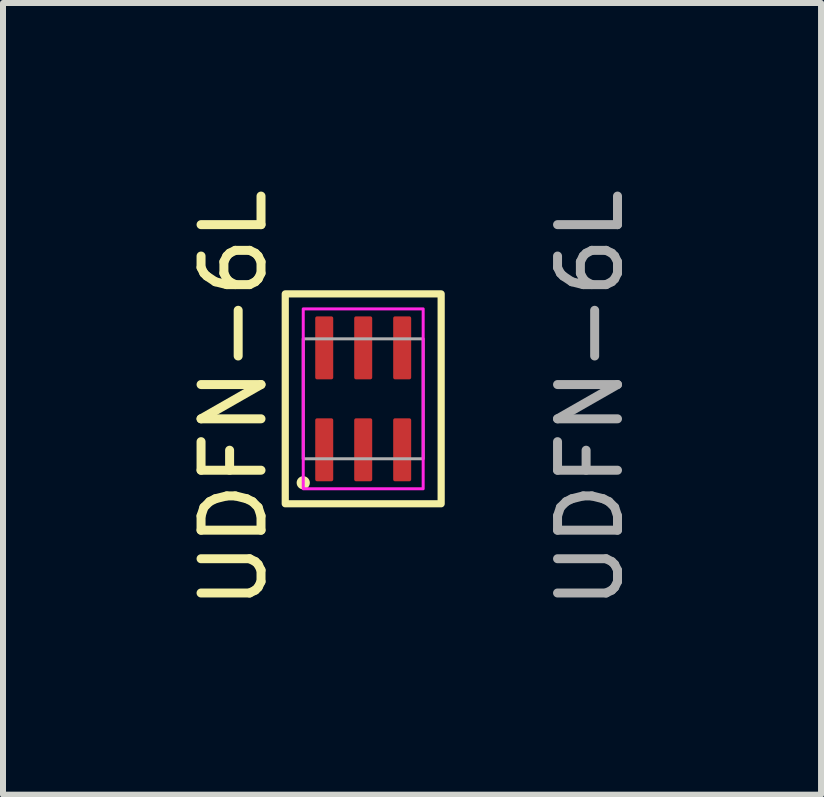
<source format=kicad_pcb>
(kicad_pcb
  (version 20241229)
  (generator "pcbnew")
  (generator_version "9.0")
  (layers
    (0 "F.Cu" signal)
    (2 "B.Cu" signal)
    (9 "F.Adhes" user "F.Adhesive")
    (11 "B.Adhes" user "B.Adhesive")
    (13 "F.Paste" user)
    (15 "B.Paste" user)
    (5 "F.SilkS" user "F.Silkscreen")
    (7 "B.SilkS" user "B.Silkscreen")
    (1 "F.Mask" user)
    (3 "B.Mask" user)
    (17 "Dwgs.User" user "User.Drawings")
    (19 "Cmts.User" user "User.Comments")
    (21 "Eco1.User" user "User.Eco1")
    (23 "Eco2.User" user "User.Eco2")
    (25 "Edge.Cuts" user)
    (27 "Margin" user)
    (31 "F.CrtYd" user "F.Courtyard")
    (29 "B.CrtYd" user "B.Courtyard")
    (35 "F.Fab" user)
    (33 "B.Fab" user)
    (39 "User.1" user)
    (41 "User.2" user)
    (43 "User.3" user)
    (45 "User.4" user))
  (footprint "UDFN-6L"
    (layer "F.Cu")
    (at 3.007 3.601)
    (property "Reference" "UDFN-6L" (at -2.159 0 90) (unlocked yes) (layer "F.SilkS") (effects (font (size 1 1) (thickness 0.15))))
    (fp_rect (start -1.3 -1.75) (end 1.3 1.75) (stroke (width 0.12) (type solid)) (fill no) (layer "F.SilkS"))
    (fp_circle (center -1 1.4) (end -0.95 1.4) (stroke (width 0.12) (type solid)) (fill yes) (layer "F.SilkS"))
    (fp_rect (start -1 -1.5) (end 1 1.5) (stroke (width 0.05) (type solid)) (fill no) (layer "F.CrtYd"))
    (fp_rect (start -1 -1) (end 1 1) (stroke (width 0.05) (type solid)) (fill no) (layer "F.Fab"))
    (fp_text user "${REFERENCE}" (at 3.786 0 90) (unlocked yes) (layer "F.Fab") (effects (font (size 1 1) (thickness 0.15))))
    (pad "1" smd roundrect (at -0.65 0.85) (size 0.3 1.05) (layers "F.Cu" "F.Mask" "F.Paste") (roundrect_rratio 0.1))
    (pad "2" smd roundrect (at 0 0.85) (size 0.3 1.05) (layers "F.Cu" "F.Mask" "F.Paste") (roundrect_rratio 0.1))
    (pad "3" smd roundrect (at 0.65 0.85) (size 0.3 1.05) (layers "F.Cu" "F.Mask" "F.Paste") (roundrect_rratio 0.1))
    (pad "4" smd roundrect (at 0.65 -0.85) (size 0.3 1.05) (layers "F.Cu" "F.Mask" "F.Paste") (roundrect_rratio 0.1))
    (pad "5" smd roundrect (at 0 -0.85) (size 0.3 1.05) (layers "F.Cu" "F.Mask" "F.Paste") (roundrect_rratio 0.1))
    (pad "6" smd roundrect (at -0.65 -0.85) (size 0.3 1.05) (layers "F.Cu" "F.Mask" "F.Paste") (roundrect_rratio 0.1)))
  (gr_rect
    (start -3 -3)
    (end 10.642 10.202)
    (stroke (width 0.1) (type default))
    (fill no)
    (layer "Edge.Cuts")))
</source>
